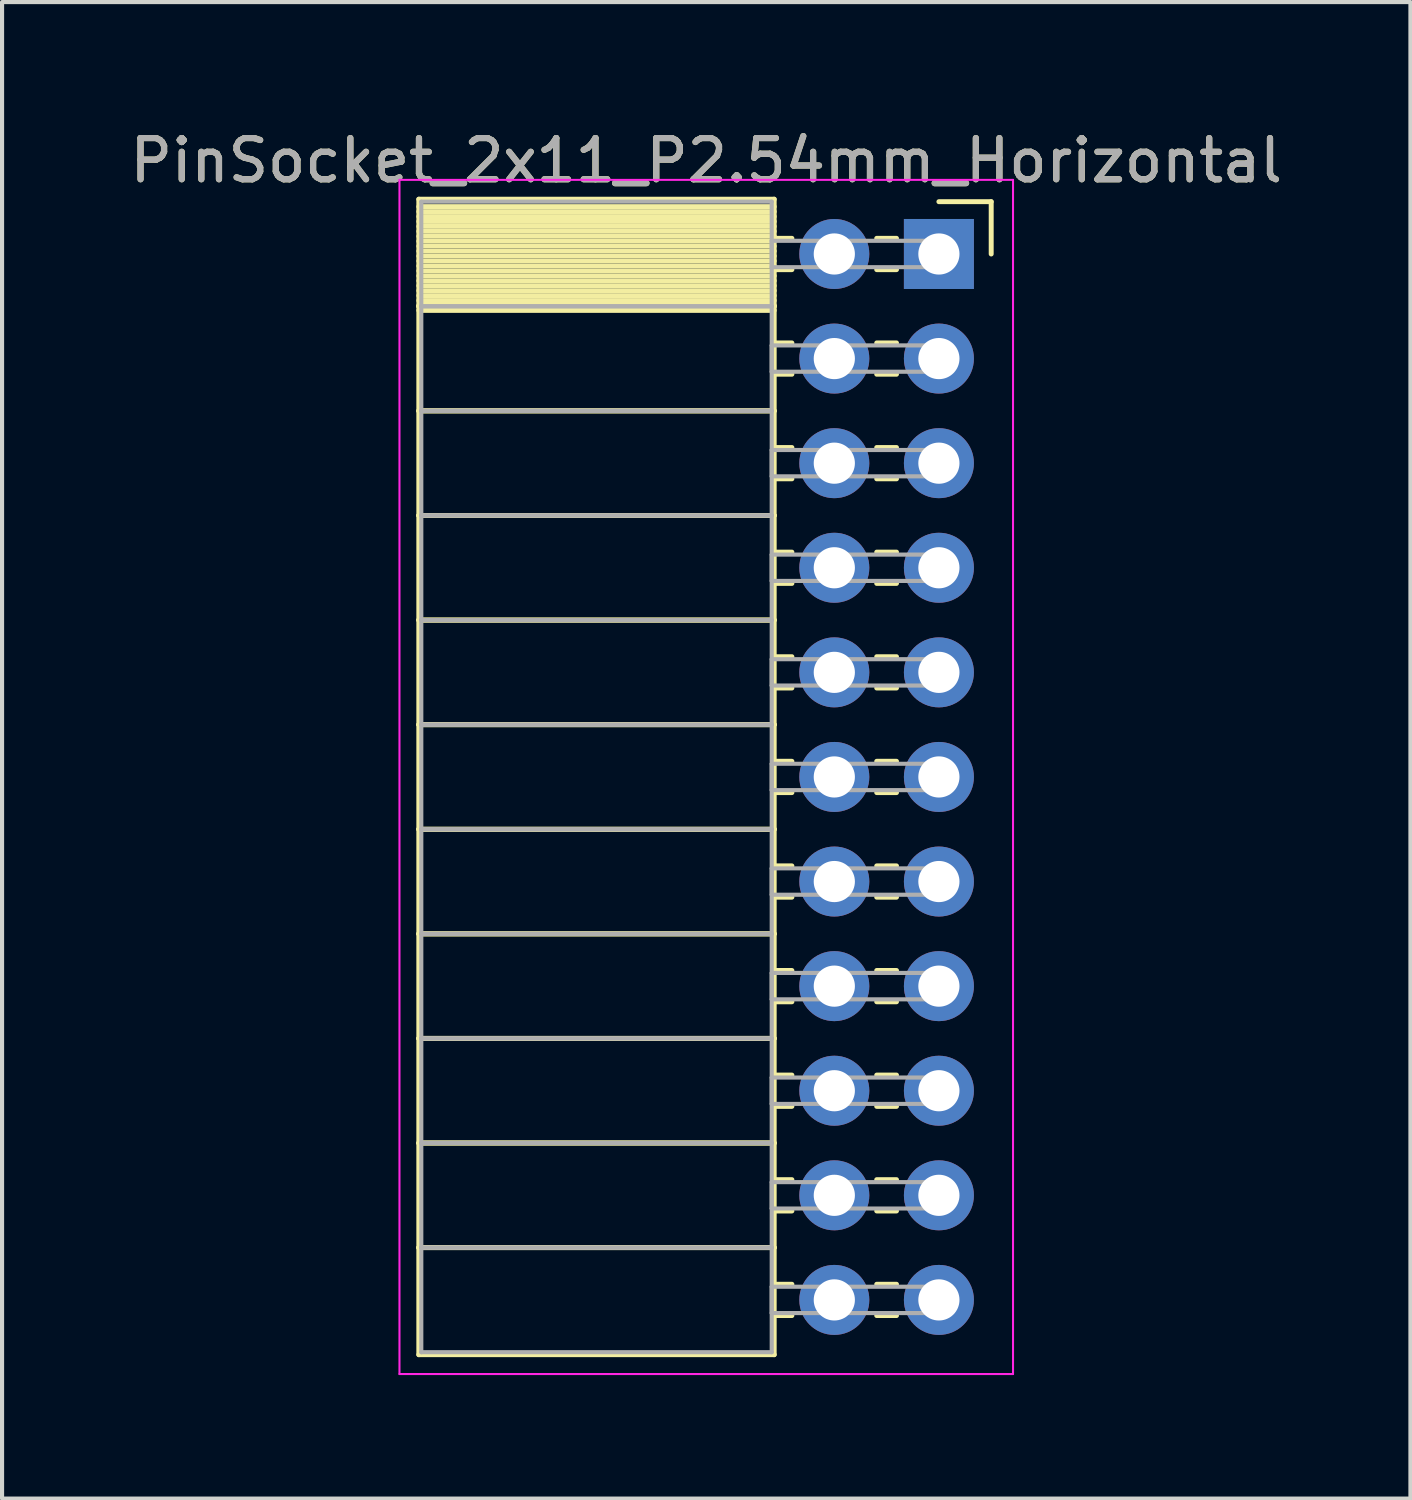
<source format=kicad_pcb>
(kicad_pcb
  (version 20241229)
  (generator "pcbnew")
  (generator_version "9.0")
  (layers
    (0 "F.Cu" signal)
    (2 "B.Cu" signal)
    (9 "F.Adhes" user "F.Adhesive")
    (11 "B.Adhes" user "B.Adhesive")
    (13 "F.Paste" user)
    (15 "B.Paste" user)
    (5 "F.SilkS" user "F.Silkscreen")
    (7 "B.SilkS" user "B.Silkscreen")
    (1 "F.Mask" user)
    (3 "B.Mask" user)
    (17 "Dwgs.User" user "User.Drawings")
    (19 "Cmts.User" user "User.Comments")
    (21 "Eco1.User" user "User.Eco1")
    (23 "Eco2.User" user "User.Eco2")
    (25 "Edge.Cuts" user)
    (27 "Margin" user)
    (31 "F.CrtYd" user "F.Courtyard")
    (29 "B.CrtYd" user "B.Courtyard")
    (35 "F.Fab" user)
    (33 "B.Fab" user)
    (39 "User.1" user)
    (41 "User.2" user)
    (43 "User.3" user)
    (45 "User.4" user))
  (footprint "PinSocket_2x11_P2.54mm_Horizontal"
    (layer "F.Cu")
    (at 19.751 3.118)
    (property "Reference" "PinSocket_2x11_P2.54mm_Horizontal" (at -5.65 -2.27 0) (layer "F.SilkS") (effects (font (size 1 1) (thickness 0.15))))
    (attr through_hole)
    (fp_line (start -12.63 -1.33) (end -4 -1.33) (stroke (width 0.12) (type solid)) (layer "F.SilkS"))
    (fp_line (start -12.63 1.27) (end -12.63 -1.33) (stroke (width 0.12) (type solid)) (layer "F.SilkS"))
    (fp_line (start -12.63 1.27) (end -4 1.27) (stroke (width 0.12) (type solid)) (layer "F.SilkS"))
    (fp_line (start -12.63 3.81) (end -12.63 1.27) (stroke (width 0.12) (type solid)) (layer "F.SilkS"))
    (fp_line (start -12.63 3.81) (end -4 3.81) (stroke (width 0.12) (type solid)) (layer "F.SilkS"))
    (fp_line (start -12.63 6.35) (end -12.63 3.81) (stroke (width 0.12) (type solid)) (layer "F.SilkS"))
    (fp_line (start -12.63 6.35) (end -4 6.35) (stroke (width 0.12) (type solid)) (layer "F.SilkS"))
    (fp_line (start -12.63 8.89) (end -12.63 6.35) (stroke (width 0.12) (type solid)) (layer "F.SilkS"))
    (fp_line (start -12.63 8.89) (end -4 8.89) (stroke (width 0.12) (type solid)) (layer "F.SilkS"))
    (fp_line (start -12.63 11.43) (end -12.63 8.89) (stroke (width 0.12) (type solid)) (layer "F.SilkS"))
    (fp_line (start -12.63 11.43) (end -4 11.43) (stroke (width 0.12) (type solid)) (layer "F.SilkS"))
    (fp_line (start -12.63 13.97) (end -12.63 11.43) (stroke (width 0.12) (type solid)) (layer "F.SilkS"))
    (fp_line (start -12.63 13.97) (end -4 13.97) (stroke (width 0.12) (type solid)) (layer "F.SilkS"))
    (fp_line (start -12.63 16.51) (end -12.63 13.97) (stroke (width 0.12) (type solid)) (layer "F.SilkS"))
    (fp_line (start -12.63 16.51) (end -4 16.51) (stroke (width 0.12) (type solid)) (layer "F.SilkS"))
    (fp_line (start -12.63 19.05) (end -12.63 16.51) (stroke (width 0.12) (type solid)) (layer "F.SilkS"))
    (fp_line (start -12.63 19.05) (end -4 19.05) (stroke (width 0.12) (type solid)) (layer "F.SilkS"))
    (fp_line (start -12.63 21.59) (end -12.63 19.05) (stroke (width 0.12) (type solid)) (layer "F.SilkS"))
    (fp_line (start -12.63 21.59) (end -4 21.59) (stroke (width 0.12) (type solid)) (layer "F.SilkS"))
    (fp_line (start -12.63 24.13) (end -12.63 21.59) (stroke (width 0.12) (type solid)) (layer "F.SilkS"))
    (fp_line (start -12.63 24.13) (end -4 24.13) (stroke (width 0.12) (type solid)) (layer "F.SilkS"))
    (fp_line (start -12.63 26.73) (end -12.63 24.13) (stroke (width 0.12) (type solid)) (layer "F.SilkS"))
    (fp_line (start -4 -1.33) (end -4 1.27) (stroke (width 0.12) (type solid)) (layer "F.SilkS"))
    (fp_line (start -4 -1.15) (end -12.63 -1.15) (stroke (width 0.12) (type solid)) (layer "F.SilkS"))
    (fp_line (start -4 -1.03) (end -12.63 -1.03) (stroke (width 0.12) (type solid)) (layer "F.SilkS"))
    (fp_line (start -4 -0.91) (end -12.63 -0.91) (stroke (width 0.12) (type solid)) (layer "F.SilkS"))
    (fp_line (start -4 -0.79) (end -12.63 -0.79) (stroke (width 0.12) (type solid)) (layer "F.SilkS"))
    (fp_line (start -4 -0.67) (end -12.63 -0.67) (stroke (width 0.12) (type solid)) (layer "F.SilkS"))
    (fp_line (start -4 -0.55) (end -12.63 -0.55) (stroke (width 0.12) (type solid)) (layer "F.SilkS"))
    (fp_line (start -4 -0.43) (end -12.63 -0.43) (stroke (width 0.12) (type solid)) (layer "F.SilkS"))
    (fp_line (start -4 -0.31) (end -12.63 -0.31) (stroke (width 0.12) (type solid)) (layer "F.SilkS"))
    (fp_line (start -4 -0.19) (end -12.63 -0.19) (stroke (width 0.12) (type solid)) (layer "F.SilkS"))
    (fp_line (start -4 -0.07) (end -12.63 -0.07) (stroke (width 0.12) (type solid)) (layer "F.SilkS"))
    (fp_line (start -4 0.05) (end -12.63 0.05) (stroke (width 0.12) (type solid)) (layer "F.SilkS"))
    (fp_line (start -4 0.17) (end -12.63 0.17) (stroke (width 0.12) (type solid)) (layer "F.SilkS"))
    (fp_line (start -4 0.29) (end -12.63 0.29) (stroke (width 0.12) (type solid)) (layer "F.SilkS"))
    (fp_line (start -4 0.41) (end -12.63 0.41) (stroke (width 0.12) (type solid)) (layer "F.SilkS"))
    (fp_line (start -4 0.53) (end -12.63 0.53) (stroke (width 0.12) (type solid)) (layer "F.SilkS"))
    (fp_line (start -4 0.65) (end -12.63 0.65) (stroke (width 0.12) (type solid)) (layer "F.SilkS"))
    (fp_line (start -4 0.77) (end -12.63 0.77) (stroke (width 0.12) (type solid)) (layer "F.SilkS"))
    (fp_line (start -4 0.89) (end -12.63 0.89) (stroke (width 0.12) (type solid)) (layer "F.SilkS"))
    (fp_line (start -4 1.01) (end -12.63 1.01) (stroke (width 0.12) (type solid)) (layer "F.SilkS"))
    (fp_line (start -4 1.13) (end -12.63 1.13) (stroke (width 0.12) (type solid)) (layer "F.SilkS"))
    (fp_line (start -4 1.25) (end -12.63 1.25) (stroke (width 0.12) (type solid)) (layer "F.SilkS"))
    (fp_line (start -4 1.27) (end -12.63 1.27) (stroke (width 0.12) (type solid)) (layer "F.SilkS"))
    (fp_line (start -4 1.27) (end -4 3.81) (stroke (width 0.12) (type solid)) (layer "F.SilkS"))
    (fp_line (start -4 1.37) (end -12.63 1.37) (stroke (width 0.12) (type solid)) (layer "F.SilkS"))
    (fp_line (start -4 3.81) (end -12.63 3.81) (stroke (width 0.12) (type solid)) (layer "F.SilkS"))
    (fp_line (start -4 3.81) (end -4 6.35) (stroke (width 0.12) (type solid)) (layer "F.SilkS"))
    (fp_line (start -4 6.35) (end -12.63 6.35) (stroke (width 0.12) (type solid)) (layer "F.SilkS"))
    (fp_line (start -4 6.35) (end -4 8.89) (stroke (width 0.12) (type solid)) (layer "F.SilkS"))
    (fp_line (start -4 8.89) (end -12.63 8.89) (stroke (width 0.12) (type solid)) (layer "F.SilkS"))
    (fp_line (start -4 8.89) (end -4 11.43) (stroke (width 0.12) (type solid)) (layer "F.SilkS"))
    (fp_line (start -4 11.43) (end -12.63 11.43) (stroke (width 0.12) (type solid)) (layer "F.SilkS"))
    (fp_line (start -4 11.43) (end -4 13.97) (stroke (width 0.12) (type solid)) (layer "F.SilkS"))
    (fp_line (start -4 13.97) (end -12.63 13.97) (stroke (width 0.12) (type solid)) (layer "F.SilkS"))
    (fp_line (start -4 13.97) (end -4 16.51) (stroke (width 0.12) (type solid)) (layer "F.SilkS"))
    (fp_line (start -4 16.51) (end -12.63 16.51) (stroke (width 0.12) (type solid)) (layer "F.SilkS"))
    (fp_line (start -4 16.51) (end -4 19.05) (stroke (width 0.12) (type solid)) (layer "F.SilkS"))
    (fp_line (start -4 19.05) (end -12.63 19.05) (stroke (width 0.12) (type solid)) (layer "F.SilkS"))
    (fp_line (start -4 19.05) (end -4 21.59) (stroke (width 0.12) (type solid)) (layer "F.SilkS"))
    (fp_line (start -4 21.59) (end -12.63 21.59) (stroke (width 0.12) (type solid)) (layer "F.SilkS"))
    (fp_line (start -4 21.59) (end -4 24.13) (stroke (width 0.12) (type solid)) (layer "F.SilkS"))
    (fp_line (start -4 24.13) (end -12.63 24.13) (stroke (width 0.12) (type solid)) (layer "F.SilkS"))
    (fp_line (start -4 24.13) (end -4 26.73) (stroke (width 0.12) (type solid)) (layer "F.SilkS"))
    (fp_line (start -4 26.73) (end -12.63 26.73) (stroke (width 0.12) (type solid)) (layer "F.SilkS"))
    (fp_line (start -3.57 -0.38) (end -4 -0.38) (stroke (width 0.12) (type solid)) (layer "F.SilkS"))
    (fp_line (start -3.57 0.38) (end -4 0.38) (stroke (width 0.12) (type solid)) (layer "F.SilkS"))
    (fp_line (start -3.57 2.16) (end -4 2.16) (stroke (width 0.12) (type solid)) (layer "F.SilkS"))
    (fp_line (start -3.57 2.92) (end -4 2.92) (stroke (width 0.12) (type solid)) (layer "F.SilkS"))
    (fp_line (start -3.57 4.7) (end -4 4.7) (stroke (width 0.12) (type solid)) (layer "F.SilkS"))
    (fp_line (start -3.57 5.46) (end -4 5.46) (stroke (width 0.12) (type solid)) (layer "F.SilkS"))
    (fp_line (start -3.57 7.24) (end -4 7.24) (stroke (width 0.12) (type solid)) (layer "F.SilkS"))
    (fp_line (start -3.57 8) (end -4 8) (stroke (width 0.12) (type solid)) (layer "F.SilkS"))
    (fp_line (start -3.57 9.78) (end -4 9.78) (stroke (width 0.12) (type solid)) (layer "F.SilkS"))
    (fp_line (start -3.57 10.54) (end -4 10.54) (stroke (width 0.12) (type solid)) (layer "F.SilkS"))
    (fp_line (start -3.57 12.32) (end -4 12.32) (stroke (width 0.12) (type solid)) (layer "F.SilkS"))
    (fp_line (start -3.57 13.08) (end -4 13.08) (stroke (width 0.12) (type solid)) (layer "F.SilkS"))
    (fp_line (start -3.57 14.86) (end -4 14.86) (stroke (width 0.12) (type solid)) (layer "F.SilkS"))
    (fp_line (start -3.57 15.62) (end -4 15.62) (stroke (width 0.12) (type solid)) (layer "F.SilkS"))
    (fp_line (start -3.57 17.4) (end -4 17.4) (stroke (width 0.12) (type solid)) (layer "F.SilkS"))
    (fp_line (start -3.57 18.16) (end -4 18.16) (stroke (width 0.12) (type solid)) (layer "F.SilkS"))
    (fp_line (start -3.57 19.94) (end -4 19.94) (stroke (width 0.12) (type solid)) (layer "F.SilkS"))
    (fp_line (start -3.57 20.7) (end -4 20.7) (stroke (width 0.12) (type solid)) (layer "F.SilkS"))
    (fp_line (start -3.57 22.48) (end -4 22.48) (stroke (width 0.12) (type solid)) (layer "F.SilkS"))
    (fp_line (start -3.57 23.24) (end -4 23.24) (stroke (width 0.12) (type solid)) (layer "F.SilkS"))
    (fp_line (start -3.57 25.02) (end -4 25.02) (stroke (width 0.12) (type solid)) (layer "F.SilkS"))
    (fp_line (start -3.57 25.78) (end -4 25.78) (stroke (width 0.12) (type solid)) (layer "F.SilkS"))
    (fp_line (start -1.03 -0.38) (end -1.51 -0.38) (stroke (width 0.12) (type solid)) (layer "F.SilkS"))
    (fp_line (start -1.03 0.38) (end -1.51 0.38) (stroke (width 0.12) (type solid)) (layer "F.SilkS"))
    (fp_line (start -1.03 2.16) (end -1.51 2.16) (stroke (width 0.12) (type solid)) (layer "F.SilkS"))
    (fp_line (start -1.03 2.92) (end -1.51 2.92) (stroke (width 0.12) (type solid)) (layer "F.SilkS"))
    (fp_line (start -1.03 4.7) (end -1.51 4.7) (stroke (width 0.12) (type solid)) (layer "F.SilkS"))
    (fp_line (start -1.03 5.46) (end -1.51 5.46) (stroke (width 0.12) (type solid)) (layer "F.SilkS"))
    (fp_line (start -1.03 7.24) (end -1.51 7.24) (stroke (width 0.12) (type solid)) (layer "F.SilkS"))
    (fp_line (start -1.03 8) (end -1.51 8) (stroke (width 0.12) (type solid)) (layer "F.SilkS"))
    (fp_line (start -1.03 9.78) (end -1.51 9.78) (stroke (width 0.12) (type solid)) (layer "F.SilkS"))
    (fp_line (start -1.03 10.54) (end -1.51 10.54) (stroke (width 0.12) (type solid)) (layer "F.SilkS"))
    (fp_line (start -1.03 12.32) (end -1.51 12.32) (stroke (width 0.12) (type solid)) (layer "F.SilkS"))
    (fp_line (start -1.03 13.08) (end -1.51 13.08) (stroke (width 0.12) (type solid)) (layer "F.SilkS"))
    (fp_line (start -1.03 14.86) (end -1.51 14.86) (stroke (width 0.12) (type solid)) (layer "F.SilkS"))
    (fp_line (start -1.03 15.62) (end -1.51 15.62) (stroke (width 0.12) (type solid)) (layer "F.SilkS"))
    (fp_line (start -1.03 17.4) (end -1.51 17.4) (stroke (width 0.12) (type solid)) (layer "F.SilkS"))
    (fp_line (start -1.03 18.16) (end -1.51 18.16) (stroke (width 0.12) (type solid)) (layer "F.SilkS"))
    (fp_line (start -1.03 19.94) (end -1.51 19.94) (stroke (width 0.12) (type solid)) (layer "F.SilkS"))
    (fp_line (start -1.03 20.7) (end -1.51 20.7) (stroke (width 0.12) (type solid)) (layer "F.SilkS"))
    (fp_line (start -1.03 22.48) (end -1.51 22.48) (stroke (width 0.12) (type solid)) (layer "F.SilkS"))
    (fp_line (start -1.03 23.24) (end -1.51 23.24) (stroke (width 0.12) (type solid)) (layer "F.SilkS"))
    (fp_line (start -1.03 25.02) (end -1.51 25.02) (stroke (width 0.12) (type solid)) (layer "F.SilkS"))
    (fp_line (start -1.03 25.78) (end -1.51 25.78) (stroke (width 0.12) (type solid)) (layer "F.SilkS"))
    (fp_line (start 0 -1.27) (end 1.27 -1.27) (stroke (width 0.12) (type solid)) (layer "F.SilkS"))
    (fp_line (start 1.27 -1.27) (end 1.27 0) (stroke (width 0.12) (type solid)) (layer "F.SilkS"))
    (fp_line (start -13.1 -1.8) (end 1.8 -1.8) (stroke (width 0.05) (type solid)) (layer "F.CrtYd"))
    (fp_line (start -13.1 27.2) (end -13.1 -1.8) (stroke (width 0.05) (type solid)) (layer "F.CrtYd"))
    (fp_line (start 1.8 -1.8) (end 1.8 27.2) (stroke (width 0.05) (type solid)) (layer "F.CrtYd"))
    (fp_line (start 1.8 27.2) (end -13.1 27.2) (stroke (width 0.05) (type solid)) (layer "F.CrtYd"))
    (fp_line (start -12.57 -1.27) (end -4.06 -1.27) (stroke (width 0.1) (type solid)) (layer "F.Fab"))
    (fp_line (start -12.57 1.27) (end -12.57 -1.27) (stroke (width 0.1) (type solid)) (layer "F.Fab"))
    (fp_line (start -12.57 1.27) (end -4.06 1.27) (stroke (width 0.1) (type solid)) (layer "F.Fab"))
    (fp_line (start -12.57 3.81) (end -12.57 1.27) (stroke (width 0.1) (type solid)) (layer "F.Fab"))
    (fp_line (start -12.57 3.81) (end -4.06 3.81) (stroke (width 0.1) (type solid)) (layer "F.Fab"))
    (fp_line (start -12.57 6.35) (end -12.57 3.81) (stroke (width 0.1) (type solid)) (layer "F.Fab"))
    (fp_line (start -12.57 6.35) (end -4.06 6.35) (stroke (width 0.1) (type solid)) (layer "F.Fab"))
    (fp_line (start -12.57 8.89) (end -12.57 6.35) (stroke (width 0.1) (type solid)) (layer "F.Fab"))
    (fp_line (start -12.57 8.89) (end -4.06 8.89) (stroke (width 0.1) (type solid)) (layer "F.Fab"))
    (fp_line (start -12.57 11.43) (end -12.57 8.89) (stroke (width 0.1) (type solid)) (layer "F.Fab"))
    (fp_line (start -12.57 11.43) (end -4.06 11.43) (stroke (width 0.1) (type solid)) (layer "F.Fab"))
    (fp_line (start -12.57 13.97) (end -12.57 11.43) (stroke (width 0.1) (type solid)) (layer "F.Fab"))
    (fp_line (start -12.57 13.97) (end -4.06 13.97) (stroke (width 0.1) (type solid)) (layer "F.Fab"))
    (fp_line (start -12.57 16.51) (end -12.57 13.97) (stroke (width 0.1) (type solid)) (layer "F.Fab"))
    (fp_line (start -12.57 16.51) (end -4.06 16.51) (stroke (width 0.1) (type solid)) (layer "F.Fab"))
    (fp_line (start -12.57 19.05) (end -12.57 16.51) (stroke (width 0.1) (type solid)) (layer "F.Fab"))
    (fp_line (start -12.57 19.05) (end -4.06 19.05) (stroke (width 0.1) (type solid)) (layer "F.Fab"))
    (fp_line (start -12.57 21.59) (end -12.57 19.05) (stroke (width 0.1) (type solid)) (layer "F.Fab"))
    (fp_line (start -12.57 21.59) (end -4.06 21.59) (stroke (width 0.1) (type solid)) (layer "F.Fab"))
    (fp_line (start -12.57 24.13) (end -12.57 21.59) (stroke (width 0.1) (type solid)) (layer "F.Fab"))
    (fp_line (start -12.57 24.13) (end -4.06 24.13) (stroke (width 0.1) (type solid)) (layer "F.Fab"))
    (fp_line (start -12.57 26.67) (end -12.57 24.13) (stroke (width 0.1) (type solid)) (layer "F.Fab"))
    (fp_line (start -4.06 -1.27) (end -4.06 1.27) (stroke (width 0.1) (type solid)) (layer "F.Fab"))
    (fp_line (start -4.06 -0.32) (end 0 -0.32) (stroke (width 0.1) (type solid)) (layer "F.Fab"))
    (fp_line (start -4.06 0.32) (end -4.06 -0.32) (stroke (width 0.1) (type solid)) (layer "F.Fab"))
    (fp_line (start -4.06 1.27) (end -12.57 1.27) (stroke (width 0.1) (type solid)) (layer "F.Fab"))
    (fp_line (start -4.06 1.27) (end -4.06 3.81) (stroke (width 0.1) (type solid)) (layer "F.Fab"))
    (fp_line (start -4.06 2.22) (end 0 2.22) (stroke (width 0.1) (type solid)) (layer "F.Fab"))
    (fp_line (start -4.06 2.86) (end -4.06 2.22) (stroke (width 0.1) (type solid)) (layer "F.Fab"))
    (fp_line (start -4.06 3.81) (end -12.57 3.81) (stroke (width 0.1) (type solid)) (layer "F.Fab"))
    (fp_line (start -4.06 3.81) (end -4.06 6.35) (stroke (width 0.1) (type solid)) (layer "F.Fab"))
    (fp_line (start -4.06 4.76) (end 0 4.76) (stroke (width 0.1) (type solid)) (layer "F.Fab"))
    (fp_line (start -4.06 5.4) (end -4.06 4.76) (stroke (width 0.1) (type solid)) (layer "F.Fab"))
    (fp_line (start -4.06 6.35) (end -12.57 6.35) (stroke (width 0.1) (type solid)) (layer "F.Fab"))
    (fp_line (start -4.06 6.35) (end -4.06 8.89) (stroke (width 0.1) (type solid)) (layer "F.Fab"))
    (fp_line (start -4.06 7.3) (end 0 7.3) (stroke (width 0.1) (type solid)) (layer "F.Fab"))
    (fp_line (start -4.06 7.94) (end -4.06 7.3) (stroke (width 0.1) (type solid)) (layer "F.Fab"))
    (fp_line (start -4.06 8.89) (end -12.57 8.89) (stroke (width 0.1) (type solid)) (layer "F.Fab"))
    (fp_line (start -4.06 8.89) (end -4.06 11.43) (stroke (width 0.1) (type solid)) (layer "F.Fab"))
    (fp_line (start -4.06 9.84) (end 0 9.84) (stroke (width 0.1) (type solid)) (layer "F.Fab"))
    (fp_line (start -4.06 10.48) (end -4.06 9.84) (stroke (width 0.1) (type solid)) (layer "F.Fab"))
    (fp_line (start -4.06 11.43) (end -12.57 11.43) (stroke (width 0.1) (type solid)) (layer "F.Fab"))
    (fp_line (start -4.06 11.43) (end -4.06 13.97) (stroke (width 0.1) (type solid)) (layer "F.Fab"))
    (fp_line (start -4.06 12.38) (end 0 12.38) (stroke (width 0.1) (type solid)) (layer "F.Fab"))
    (fp_line (start -4.06 13.02) (end -4.06 12.38) (stroke (width 0.1) (type solid)) (layer "F.Fab"))
    (fp_line (start -4.06 13.97) (end -12.57 13.97) (stroke (width 0.1) (type solid)) (layer "F.Fab"))
    (fp_line (start -4.06 13.97) (end -4.06 16.51) (stroke (width 0.1) (type solid)) (layer "F.Fab"))
    (fp_line (start -4.06 14.92) (end 0 14.92) (stroke (width 0.1) (type solid)) (layer "F.Fab"))
    (fp_line (start -4.06 15.56) (end -4.06 14.92) (stroke (width 0.1) (type solid)) (layer "F.Fab"))
    (fp_line (start -4.06 16.51) (end -12.57 16.51) (stroke (width 0.1) (type solid)) (layer "F.Fab"))
    (fp_line (start -4.06 16.51) (end -4.06 19.05) (stroke (width 0.1) (type solid)) (layer "F.Fab"))
    (fp_line (start -4.06 17.46) (end 0 17.46) (stroke (width 0.1) (type solid)) (layer "F.Fab"))
    (fp_line (start -4.06 18.1) (end -4.06 17.46) (stroke (width 0.1) (type solid)) (layer "F.Fab"))
    (fp_line (start -4.06 19.05) (end -12.57 19.05) (stroke (width 0.1) (type solid)) (layer "F.Fab"))
    (fp_line (start -4.06 19.05) (end -4.06 21.59) (stroke (width 0.1) (type solid)) (layer "F.Fab"))
    (fp_line (start -4.06 20) (end 0 20) (stroke (width 0.1) (type solid)) (layer "F.Fab"))
    (fp_line (start -4.06 20.64) (end -4.06 20) (stroke (width 0.1) (type solid)) (layer "F.Fab"))
    (fp_line (start -4.06 21.59) (end -12.57 21.59) (stroke (width 0.1) (type solid)) (layer "F.Fab"))
    (fp_line (start -4.06 21.59) (end -4.06 24.13) (stroke (width 0.1) (type solid)) (layer "F.Fab"))
    (fp_line (start -4.06 22.54) (end 0 22.54) (stroke (width 0.1) (type solid)) (layer "F.Fab"))
    (fp_line (start -4.06 23.18) (end -4.06 22.54) (stroke (width 0.1) (type solid)) (layer "F.Fab"))
    (fp_line (start -4.06 24.13) (end -12.57 24.13) (stroke (width 0.1) (type solid)) (layer "F.Fab"))
    (fp_line (start -4.06 24.13) (end -4.06 26.67) (stroke (width 0.1) (type solid)) (layer "F.Fab"))
    (fp_line (start -4.06 25.08) (end 0 25.08) (stroke (width 0.1) (type solid)) (layer "F.Fab"))
    (fp_line (start -4.06 25.72) (end -4.06 25.08) (stroke (width 0.1) (type solid)) (layer "F.Fab"))
    (fp_line (start -4.06 26.67) (end -12.57 26.67) (stroke (width 0.1) (type solid)) (layer "F.Fab"))
    (fp_line (start 0 -0.32) (end 0 0.32) (stroke (width 0.1) (type solid)) (layer "F.Fab"))
    (fp_line (start 0 0.32) (end -4.06 0.32) (stroke (width 0.1) (type solid)) (layer "F.Fab"))
    (fp_line (start 0 2.22) (end 0 2.86) (stroke (width 0.1) (type solid)) (layer "F.Fab"))
    (fp_line (start 0 2.86) (end -4.06 2.86) (stroke (width 0.1) (type solid)) (layer "F.Fab"))
    (fp_line (start 0 4.76) (end 0 5.4) (stroke (width 0.1) (type solid)) (layer "F.Fab"))
    (fp_line (start 0 5.4) (end -4.06 5.4) (stroke (width 0.1) (type solid)) (layer "F.Fab"))
    (fp_line (start 0 7.3) (end 0 7.94) (stroke (width 0.1) (type solid)) (layer "F.Fab"))
    (fp_line (start 0 7.94) (end -4.06 7.94) (stroke (width 0.1) (type solid)) (layer "F.Fab"))
    (fp_line (start 0 9.84) (end 0 10.48) (stroke (width 0.1) (type solid)) (layer "F.Fab"))
    (fp_line (start 0 10.48) (end -4.06 10.48) (stroke (width 0.1) (type solid)) (layer "F.Fab"))
    (fp_line (start 0 12.38) (end 0 13.02) (stroke (width 0.1) (type solid)) (layer "F.Fab"))
    (fp_line (start 0 13.02) (end -4.06 13.02) (stroke (width 0.1) (type solid)) (layer "F.Fab"))
    (fp_line (start 0 14.92) (end 0 15.56) (stroke (width 0.1) (type solid)) (layer "F.Fab"))
    (fp_line (start 0 15.56) (end -4.06 15.56) (stroke (width 0.1) (type solid)) (layer "F.Fab"))
    (fp_line (start 0 17.46) (end 0 18.1) (stroke (width 0.1) (type solid)) (layer "F.Fab"))
    (fp_line (start 0 18.1) (end -4.06 18.1) (stroke (width 0.1) (type solid)) (layer "F.Fab"))
    (fp_line (start 0 20) (end 0 20.64) (stroke (width 0.1) (type solid)) (layer "F.Fab"))
    (fp_line (start 0 20.64) (end -4.06 20.64) (stroke (width 0.1) (type solid)) (layer "F.Fab"))
    (fp_line (start 0 22.54) (end 0 23.18) (stroke (width 0.1) (type solid)) (layer "F.Fab"))
    (fp_line (start 0 23.18) (end -4.06 23.18) (stroke (width 0.1) (type solid)) (layer "F.Fab"))
    (fp_line (start 0 25.08) (end 0 25.72) (stroke (width 0.1) (type solid)) (layer "F.Fab"))
    (fp_line (start 0 25.72) (end -4.06 25.72) (stroke (width 0.1) (type solid)) (layer "F.Fab"))
    (fp_text user "${REFERENCE}" (at -5.65 -2.27 0) (layer "F.Fab") (effects (font (size 1 1) (thickness 0.15))))
    (pad "1" thru_hole rect (at 0 0) (size 1.7 1.7) (drill 1) (layers "*.Cu" "*.Mask"))
    (pad "2" thru_hole oval (at -2.54 0) (size 1.7 1.7) (drill 1) (layers "*.Cu" "*.Mask"))
    (pad "3" thru_hole oval (at 0 2.54) (size 1.7 1.7) (drill 1) (layers "*.Cu" "*.Mask"))
    (pad "4" thru_hole oval (at -2.54 2.54) (size 1.7 1.7) (drill 1) (layers "*.Cu" "*.Mask"))
    (pad "5" thru_hole oval (at 0 5.08) (size 1.7 1.7) (drill 1) (layers "*.Cu" "*.Mask"))
    (pad "6" thru_hole oval (at -2.54 5.08) (size 1.7 1.7) (drill 1) (layers "*.Cu" "*.Mask"))
    (pad "7" thru_hole oval (at 0 7.62) (size 1.7 1.7) (drill 1) (layers "*.Cu" "*.Mask"))
    (pad "8" thru_hole oval (at -2.54 7.62) (size 1.7 1.7) (drill 1) (layers "*.Cu" "*.Mask"))
    (pad "9" thru_hole oval (at 0 10.16) (size 1.7 1.7) (drill 1) (layers "*.Cu" "*.Mask"))
    (pad "10" thru_hole oval (at -2.54 10.16) (size 1.7 1.7) (drill 1) (layers "*.Cu" "*.Mask"))
    (pad "11" thru_hole oval (at 0 12.7) (size 1.7 1.7) (drill 1) (layers "*.Cu" "*.Mask"))
    (pad "12" thru_hole oval (at -2.54 12.7) (size 1.7 1.7) (drill 1) (layers "*.Cu" "*.Mask"))
    (pad "13" thru_hole oval (at 0 15.24) (size 1.7 1.7) (drill 1) (layers "*.Cu" "*.Mask"))
    (pad "14" thru_hole oval (at -2.54 15.24) (size 1.7 1.7) (drill 1) (layers "*.Cu" "*.Mask"))
    (pad "15" thru_hole oval (at 0 17.78) (size 1.7 1.7) (drill 1) (layers "*.Cu" "*.Mask"))
    (pad "16" thru_hole oval (at -2.54 17.78) (size 1.7 1.7) (drill 1) (layers "*.Cu" "*.Mask"))
    (pad "17" thru_hole oval (at 0 20.32) (size 1.7 1.7) (drill 1) (layers "*.Cu" "*.Mask"))
    (pad "18" thru_hole oval (at -2.54 20.32) (size 1.7 1.7) (drill 1) (layers "*.Cu" "*.Mask"))
    (pad "19" thru_hole oval (at 0 22.86) (size 1.7 1.7) (drill 1) (layers "*.Cu" "*.Mask"))
    (pad "20" thru_hole oval (at -2.54 22.86) (size 1.7 1.7) (drill 1) (layers "*.Cu" "*.Mask"))
    (pad "21" thru_hole oval (at 0 25.4) (size 1.7 1.7) (drill 1) (layers "*.Cu" "*.Mask"))
    (pad "22" thru_hole oval (at -2.54 25.4) (size 1.7 1.7) (drill 1) (layers "*.Cu" "*.Mask")))
  (gr_rect
    (start -3 -3)
    (end 31.202 33.343)
    (stroke (width 0.1) (type default))
    (fill no)
    (layer "Edge.Cuts")))
</source>
